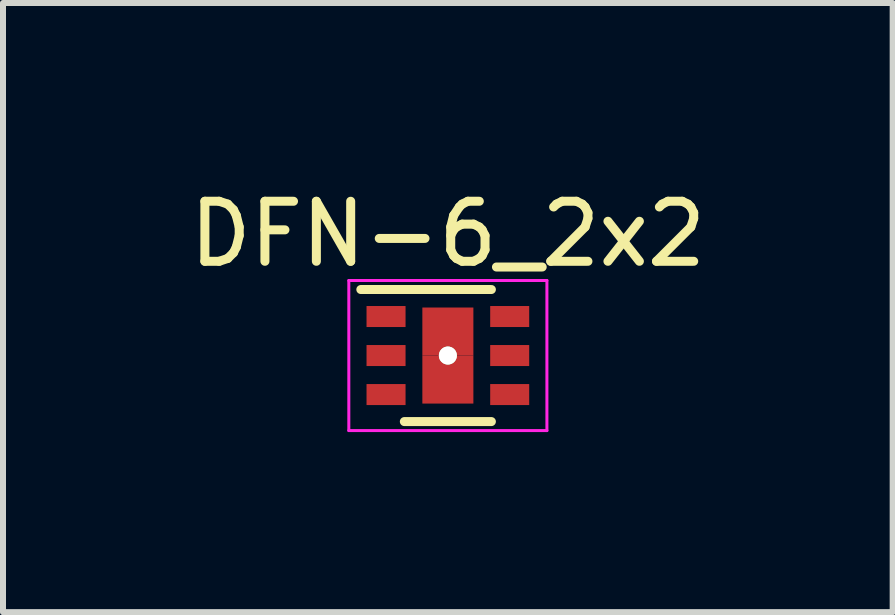
<source format=kicad_pcb>
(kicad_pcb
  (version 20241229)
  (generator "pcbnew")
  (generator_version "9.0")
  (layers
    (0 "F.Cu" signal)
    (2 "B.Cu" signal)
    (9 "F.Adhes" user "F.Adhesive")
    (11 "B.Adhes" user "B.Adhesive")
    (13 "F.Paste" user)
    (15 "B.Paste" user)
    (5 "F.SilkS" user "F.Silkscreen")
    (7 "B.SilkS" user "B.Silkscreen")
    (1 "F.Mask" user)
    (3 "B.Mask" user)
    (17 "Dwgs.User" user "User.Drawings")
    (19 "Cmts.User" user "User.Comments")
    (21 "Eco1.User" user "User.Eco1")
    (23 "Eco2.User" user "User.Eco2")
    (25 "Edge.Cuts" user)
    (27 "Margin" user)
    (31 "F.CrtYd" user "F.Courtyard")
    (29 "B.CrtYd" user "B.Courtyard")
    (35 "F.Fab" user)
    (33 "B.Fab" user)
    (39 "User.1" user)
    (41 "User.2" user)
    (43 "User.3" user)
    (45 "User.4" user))
  (footprint "DFN-6_2x2"
    (layer "F.Cu")
    (at 4.411 2.873)
    (property "Reference" "DFN-6_2x2" (at 0 -2.025 0) (layer "F.SilkS") (effects (font (size 1 1) (thickness 0.15))))
    (attr smd)
    (fp_line (start -1.45 -1.1) (end 0.725 -1.1) (stroke (width 0.15) (type solid)) (layer "F.SilkS"))
    (fp_line (start -0.725 1.1) (end 0.725 1.1) (stroke (width 0.15) (type solid)) (layer "F.SilkS"))
    (fp_line (start -1.65 -1.25) (end -1.65 1.25) (stroke (width 0.05) (type solid)) (layer "F.CrtYd"))
    (fp_line (start -1.65 -1.25) (end 1.65 -1.25) (stroke (width 0.05) (type solid)) (layer "F.CrtYd"))
    (fp_line (start -1.65 1.25) (end 1.65 1.25) (stroke (width 0.05) (type solid)) (layer "F.CrtYd"))
    (fp_line (start 1.65 -1.25) (end 1.65 1.25) (stroke (width 0.05) (type solid)) (layer "F.CrtYd"))
    (pad "1" smd rect (at -1.03 -0.65) (size 0.65 0.35) (layers "F.Cu" "F.Mask" "F.Paste"))
    (pad "2" smd rect (at -1.03 0) (size 0.65 0.35) (layers "F.Cu" "F.Mask" "F.Paste"))
    (pad "3" smd rect (at -1.03 0.65) (size 0.65 0.35) (layers "F.Cu" "F.Mask" "F.Paste"))
    (pad "4" smd rect (at 1.03 0.65) (size 0.65 0.35) (layers "F.Cu" "F.Mask" "F.Paste"))
    (pad "5" smd rect (at 1.03 0) (size 0.65 0.35) (layers "F.Cu" "F.Mask" "F.Paste"))
    (pad "6" smd rect (at 1.03 -0.65) (size 0.65 0.35) (layers "F.Cu" "F.Mask" "F.Paste"))
    (pad "PAD" smd rect (at 0 -0.4) (size 0.85 0.8) (layers "F.Cu" "F.Mask" "F.Paste"))
    (pad "PAD" thru_hole circle (at 0 0) (size 0.3 0.3) (drill 0.3) (layers "*.Cu" "*.Mask" "F.SilkS"))
    (pad "PAD" smd rect (at 0 0.4) (size 0.85 0.8) (layers "F.Cu" "F.Mask" "F.Paste")))
  (gr_rect
    (start -3 -3)
    (end 11.821 7.148)
    (stroke (width 0.1) (type default))
    (fill no)
    (layer "Edge.Cuts")))
</source>
